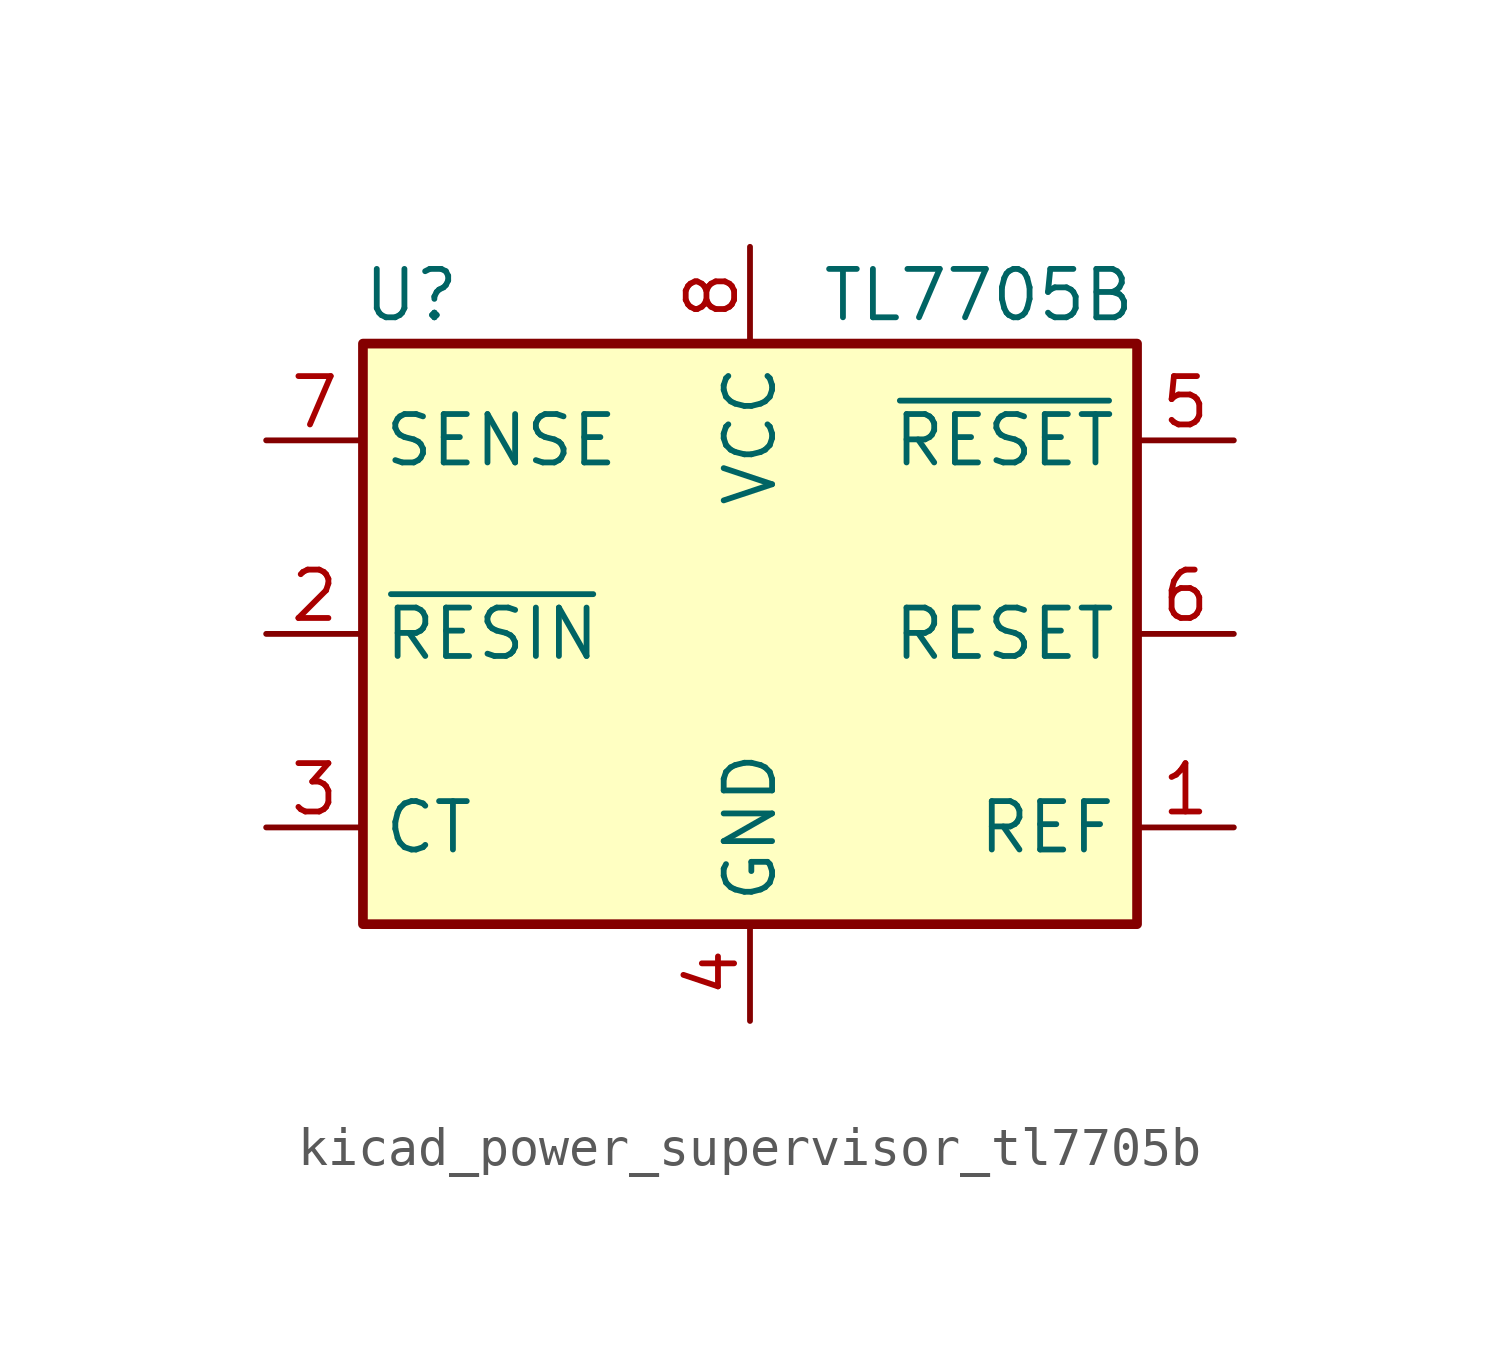
<source format=kicad_sym>
(kicad_symbol_lib
  (version 20220914)
  (generator kicad_symbol_editor)
  (symbol "kicad_power_supervisor_tl7705b"
    (property "Reference" "U"
      (at -8.89 8.89 0)
      (effects (font (size 1.27 1.27))))
    (property "Value" "TL7705B"
      (at 10.16 8.89 0)
      (effects (font (size 1.27 1.27)) (justify right)))
    (symbol "kicad_power_supervisor_tl7705b_0_1"
      (rectangle (start -10.16 7.62) (end 10.16 -7.62) (stroke (width 0.254) (type default)) (fill (type background))))
    (symbol "kicad_power_supervisor_tl7705b_1_1"
      (pin output line (at 12.7 -5.08 180) (length 2.54) (name "REF" (effects (font (size 1.27 1.27)))) (number "1" (effects (font (size 1.27 1.27)))))
      (pin input line (at -12.7 0 0) (length 2.54) (name "~{RESIN}" (effects (font (size 1.27 1.27)))) (number "2" (effects (font (size 1.27 1.27)))))
      (pin passive line (at -12.7 -5.08 0) (length 2.54) (name "CT" (effects (font (size 1.27 1.27)))) (number "3" (effects (font (size 1.27 1.27)))))
      (pin power_in line (at 0 -10.16 90) (length 2.54) (name "GND" (effects (font (size 1.27 1.27)))) (number "4" (effects (font (size 1.27 1.27)))))
      (pin open_collector line (at 12.7 5.08 180) (length 2.54) (name "~{RESET}" (effects (font (size 1.27 1.27)))) (number "5" (effects (font (size 1.27 1.27)))))
      (pin open_collector line (at 12.7 0 180) (length 2.54) (name "RESET" (effects (font (size 1.27 1.27)))) (number "6" (effects (font (size 1.27 1.27)))))
      (pin input line (at -12.7 5.08 0) (length 2.54) (name "SENSE" (effects (font (size 1.27 1.27)))) (number "7" (effects (font (size 1.27 1.27)))))
      (pin power_in line (at 0 10.16 270) (length 2.54) (name "VCC" (effects (font (size 1.27 1.27)))) (number "8" (effects (font (size 1.27 1.27))))))))
</source>
